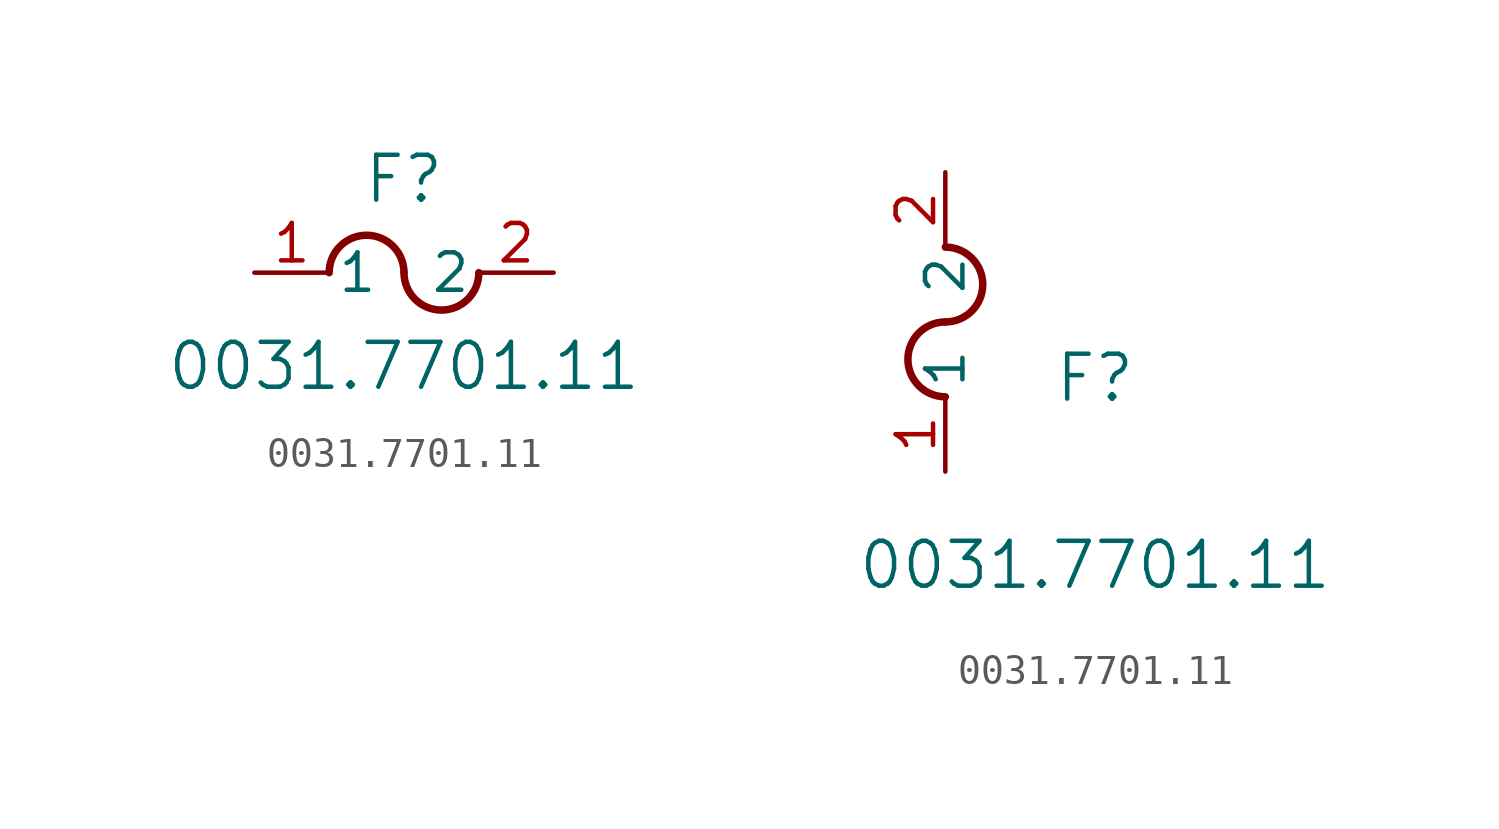
<source format=kicad_sym>
(kicad_symbol_lib
  (version 20231120)
  (generator "kicad_symbol_editor")
  (generator_version "8.0")
  (symbol "0031.7701.11"
    (pin_names
      (offset 0.254))
    (property "Reference" "F"
      (at 5.08 3.175 0)
      (effects (font (size 1.524 1.524))))
    (property "Value" "0031.7701.11"
      (at 5.08 -3.175 0)
      (effects (font (size 1.524 1.524))))
    (symbol "0031.7701.11_1_1"
      (arc (start 5.08 0) (mid 3.81 1.2645) (end 2.54 0) (stroke (width 0.254) (type default)) (fill (type none)))
      (arc (start 5.08 0) (mid 6.35 -1.2645) (end 7.62 0) (stroke (width 0.254) (type default)) (fill (type none)))
      (pin unspecified line (at 0 0 0) (length 2.54) (name "1" (effects (font (size 1.27 1.27)))) (number "1" (effects (font (size 1.27 1.27)))))
      (pin unspecified line (at 10.16 0 180) (length 2.54) (name "2" (effects (font (size 1.27 1.27)))) (number "2" (effects (font (size 1.27 1.27))))))
    (symbol "0031.7701.11_1_2"
      (arc (start 0 5.08) (mid -1.2645 3.81) (end 0 2.54) (stroke (width 0.254) (type default)) (fill (type none)))
      (arc (start 0 5.08) (mid 1.2645 6.35) (end 0 7.62) (stroke (width 0.254) (type default)) (fill (type none)))
      (pin unspecified line (at 0 0 90) (length 2.54) (name "1" (effects (font (size 1.27 1.27)))) (number "1" (effects (font (size 1.27 1.27)))))
      (pin unspecified line (at 0 10.16 270) (length 2.54) (name "2" (effects (font (size 1.27 1.27)))) (number "2" (effects (font (size 1.27 1.27))))))))
</source>
